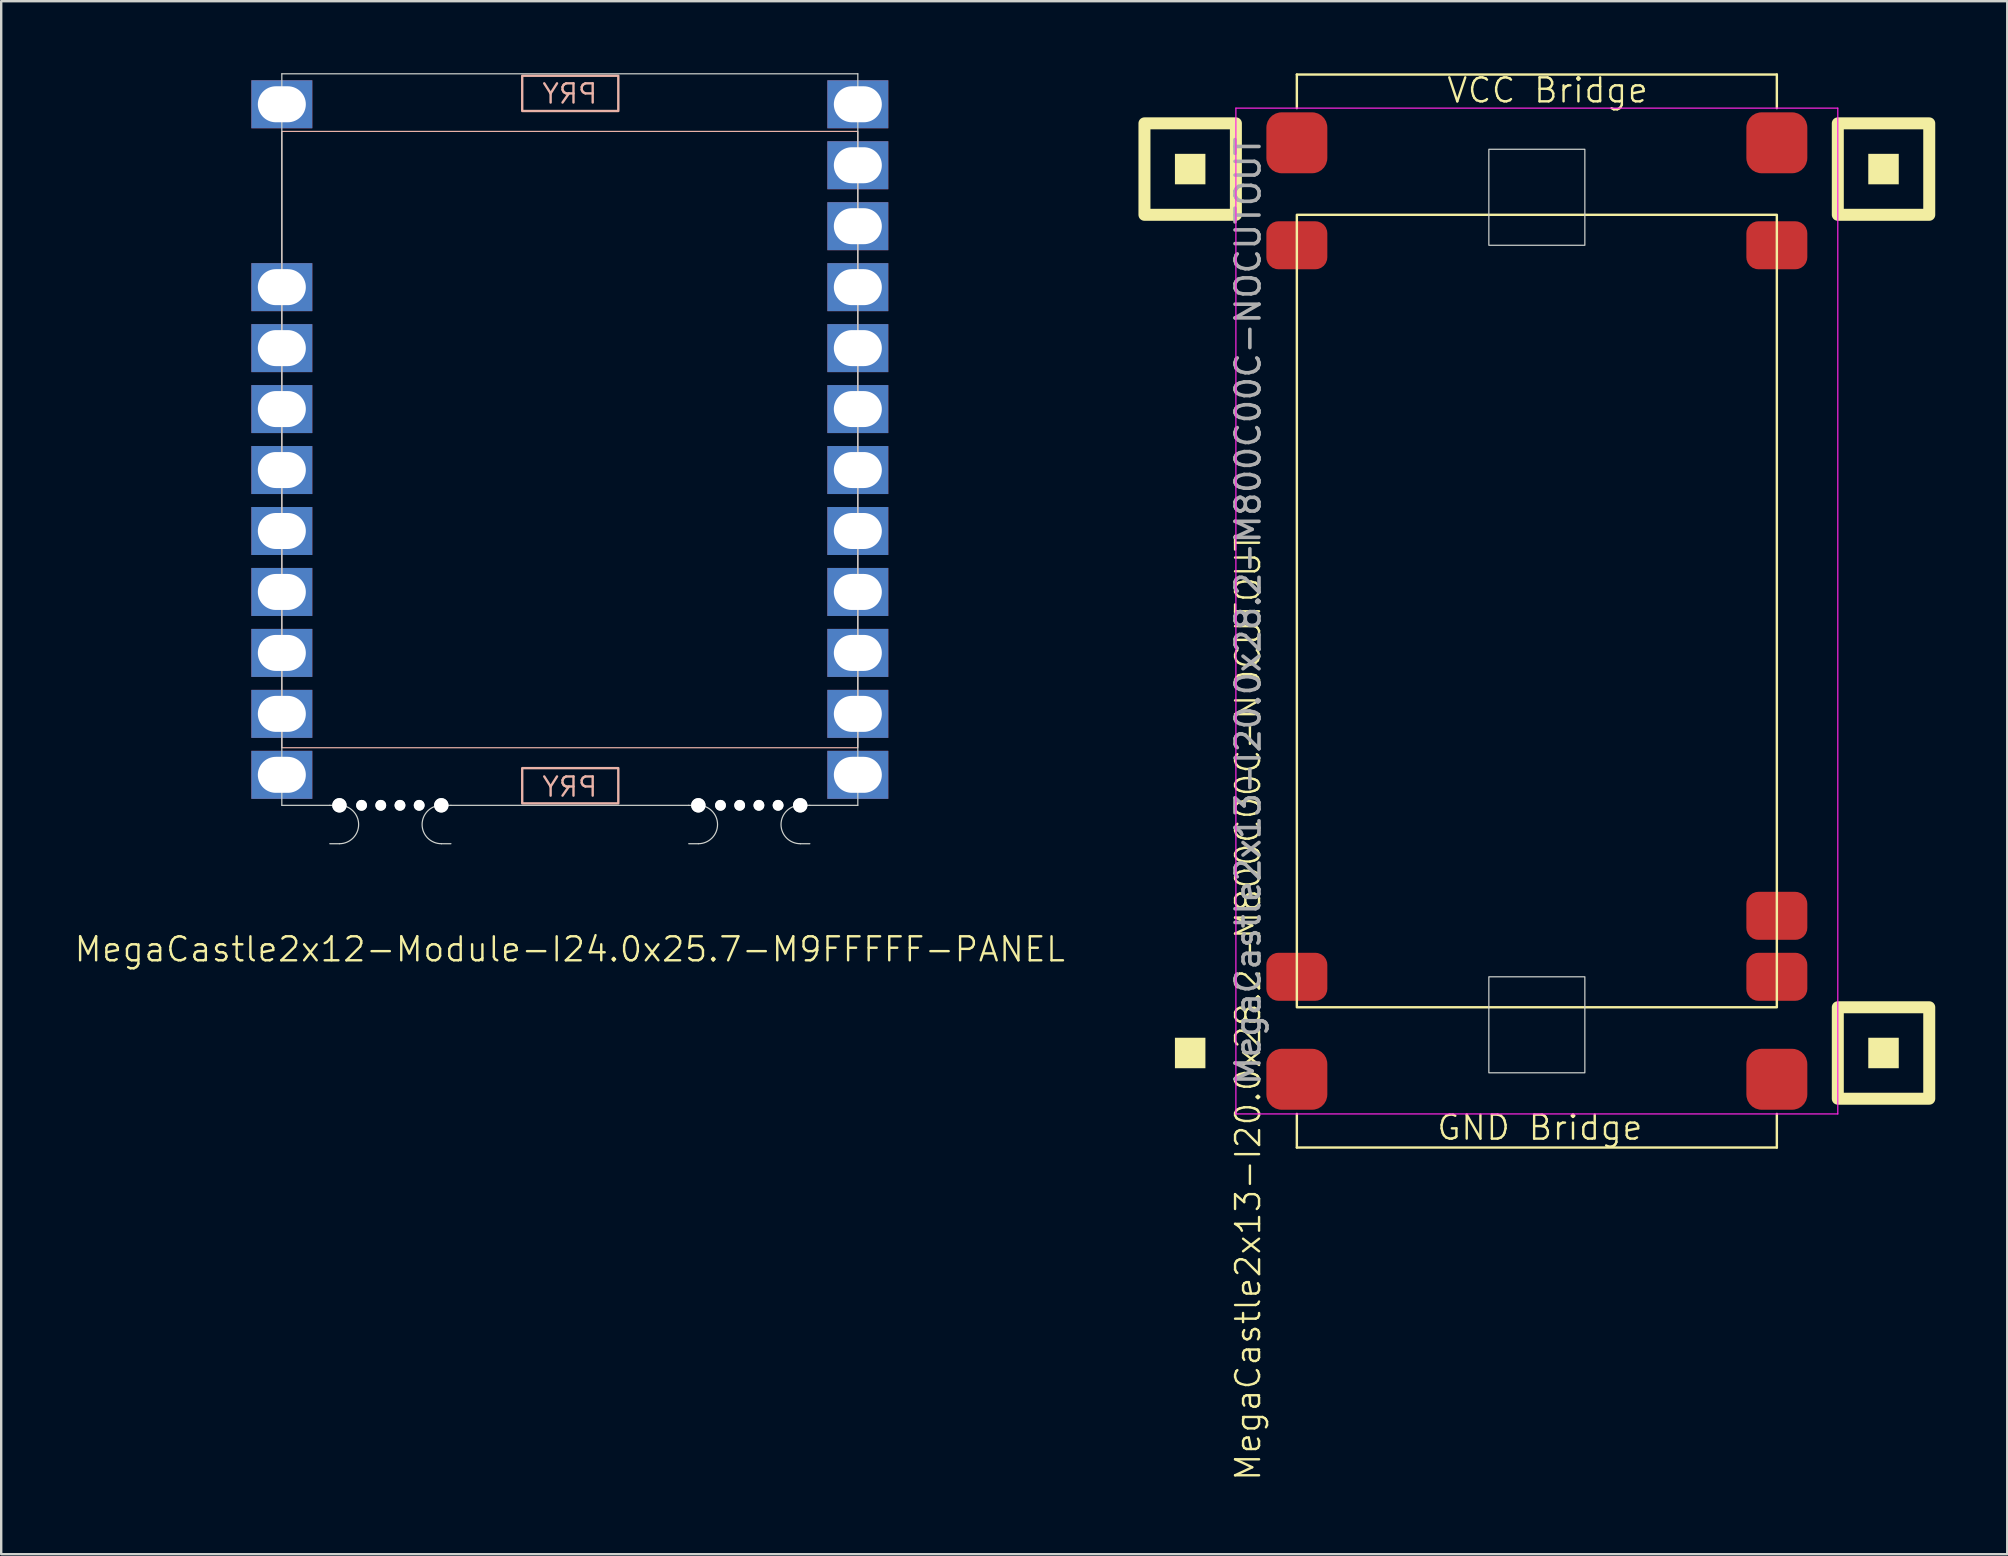
<source format=kicad_pcb>
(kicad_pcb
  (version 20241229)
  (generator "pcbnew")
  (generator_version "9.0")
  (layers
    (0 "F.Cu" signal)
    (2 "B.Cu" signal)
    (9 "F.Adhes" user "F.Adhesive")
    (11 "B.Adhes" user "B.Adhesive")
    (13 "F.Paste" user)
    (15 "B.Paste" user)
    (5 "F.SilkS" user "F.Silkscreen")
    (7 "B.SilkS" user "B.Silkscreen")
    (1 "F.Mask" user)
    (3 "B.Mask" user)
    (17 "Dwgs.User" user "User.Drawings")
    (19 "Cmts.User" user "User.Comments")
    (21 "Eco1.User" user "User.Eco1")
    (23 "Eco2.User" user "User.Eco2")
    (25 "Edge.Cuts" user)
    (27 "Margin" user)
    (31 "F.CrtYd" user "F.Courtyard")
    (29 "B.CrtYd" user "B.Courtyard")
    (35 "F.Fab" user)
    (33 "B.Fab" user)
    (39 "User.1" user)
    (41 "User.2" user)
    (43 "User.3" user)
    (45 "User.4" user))
  (footprint "MegaCastle2x13-I20.0x28.2-M800C00C-NOCUTOUT"
    (layer "F.Cu")
    (at 60.986 22.41)
    (property "Reference" "MegaCastle2x13-I20.0x28.2-M800C00C-NOCUTOUT" (at -12.032 16.51 90) (unlocked yes) (layer "F.SilkS") (effects (font (size 1 1) (thickness 0.1))))
    (attr smd)
    (fp_line (start -10 -22.355) (end 10 -22.355) (stroke (width 0.1) (type default)) (layer "F.SilkS"))
    (fp_line (start -10 -20.955) (end -10 -22.355) (stroke (width 0.1) (type default)) (layer "F.SilkS"))
    (fp_line (start -10 20.955) (end -10 22.355) (stroke (width 0.1) (type default)) (layer "F.SilkS"))
    (fp_line (start -10 22.355) (end 10 22.355) (stroke (width 0.1) (type default)) (layer "F.SilkS"))
    (fp_line (start 10 -20.955) (end 10 -22.355) (stroke (width 0.1) (type default)) (layer "F.SilkS"))
    (fp_line (start 10 20.955) (end 10 22.355) (stroke (width 0.1) (type default)) (layer "F.SilkS"))
    (fp_rect (start -13.81 -17.78) (end -15.08 -19.05) (stroke (width 0) (type solid)) (fill yes) (layer "F.SilkS"))
    (fp_rect (start -13.81 19.05) (end -15.08 17.78) (stroke (width 0) (type solid)) (fill yes) (layer "F.SilkS"))
    (fp_rect (start -12.54 -16.51) (end -16.35 -20.32) (stroke (width 0.5) (type default)) (fill no) (layer "F.SilkS"))
    (fp_rect (start -10 -16.51) (end 10 16.51) (stroke (width 0.1) (type default)) (fill no) (layer "F.SilkS"))
    (fp_rect (start 15.08 -17.78) (end 13.81 -19.05) (stroke (width 0) (type solid)) (fill yes) (layer "F.SilkS"))
    (fp_rect (start 15.08 19.05) (end 13.81 17.78) (stroke (width 0) (type solid)) (fill yes) (layer "F.SilkS"))
    (fp_rect (start 16.35 -16.51) (end 12.54 -20.32) (stroke (width 0.5) (type default)) (fill no) (layer "F.SilkS"))
    (fp_rect (start 16.35 20.32) (end 12.54 16.51) (stroke (width 0.5) (type default)) (fill no) (layer "F.SilkS"))
    (fp_rect (start -2 -15.24) (end 2 -19.24) (stroke (width 0.05) (type default)) (fill no) (layer "Edge.Cuts"))
    (fp_rect (start -2 15.24) (end 2 19.24) (stroke (width 0.05) (type default)) (fill no) (layer "Edge.Cuts"))
    (fp_line (start -12.54 -20.955) (end -12.54 20.955) (stroke (width 0.05) (type default)) (layer "F.CrtYd"))
    (fp_line (start -12.54 20.955) (end 12.54 20.955) (stroke (width 0.05) (type default)) (layer "F.CrtYd"))
    (fp_line (start 12.54 -20.955) (end -12.54 -20.955) (stroke (width 0.05) (type default)) (layer "F.CrtYd"))
    (fp_line (start 12.54 -20.955) (end 12.54 20.955) (stroke (width 0.05) (type default)) (layer "F.CrtYd"))
    (fp_text user "VCC Bridge" (at -3.81 -21.11 0) (unlocked yes) (layer "F.SilkS") (effects (font (size 1 1) (thickness 0.1)) (justify left bottom)))
    (fp_text user "GND Bridge" (at -4.226 22.11 0) (unlocked yes) (layer "F.SilkS") (effects (font (size 1 1) (thickness 0.1)) (justify left bottom)))
    (fp_text user "${REFERENCE}" (at -12.032 0 90) (unlocked yes) (layer "F.Fab") (effects (font (size 1 1) (thickness 0.15))))
    (pad "1" smd roundrect (at -10 -15.24) (size 2.54 2) (layers "F.Cu" "F.Mask" "F.Paste") (roundrect_rratio 0.25))
    (pad "13" smd roundrect (at -10 15.24) (size 2.54 2) (layers "F.Cu" "F.Mask" "F.Paste") (roundrect_rratio 0.25))
    (pad "14" smd roundrect (at 10 -15.24) (size 2.54 2) (layers "F.Cu" "F.Mask" "F.Paste") (roundrect_rratio 0.25))
    (pad "25" smd roundrect (at 10 12.7) (size 2.54 2) (layers "F.Cu" "F.Mask" "F.Paste") (roundrect_rratio 0.25))
    (pad "26" smd roundrect (at 10 15.24) (size 2.54 2) (layers "F.Cu" "F.Mask" "F.Paste") (roundrect_rratio 0.25))
    (pad "A1" smd roundrect (at -10 -19.51) (size 2.54 2.54) (layers "F.Cu" "F.Mask" "F.Paste") (roundrect_rratio 0.25))
    (pad "A2" smd roundrect (at 10 -19.51) (size 2.54 2.54) (layers "F.Cu" "F.Mask" "F.Paste") (roundrect_rratio 0.25))
    (pad "B1" smd roundrect (at -10 19.51) (size 2.54 2.54) (layers "F.Cu" "F.Mask" "F.Paste") (roundrect_rratio 0.25))
    (pad "B2" smd roundrect (at 10 19.51) (size 2.54 2.54) (layers "F.Cu" "F.Mask" "F.Paste") (roundrect_rratio 0.25)))
  (footprint "MegaCastle2x12-Module-I24.0x25.7-M9FFFFF-PANEL"
    (layer "F.Cu")
    (at 20.693 15.265)
    (property "Reference" "MegaCastle2x12-Module-I24.0x25.7-M9FFFFF-PANEL" (at 0 21.24 0) (unlocked yes) (layer "F.SilkS") (effects (font (size 1 1) (thickness 0.1))))
    (attr smd)
    (fp_rect (start -12 12.84) (end 12 -12.84) (stroke (width 0.05) (type default)) (fill no) (layer "B.SilkS"))
    (fp_rect (start -1.984 -13.691) (end 2.02 -15.16) (stroke (width 0.1) (type default)) (fill no) (layer "B.SilkS"))
    (fp_rect (start -1.984 13.691) (end 2.02 15.16) (stroke (width 0.1) (type default)) (fill no) (layer "B.SilkS"))
    (fp_line (start -12 -15.24) (end -12 15.24) (stroke (width 0.05) (type default)) (layer "Edge.Cuts"))
    (fp_line (start -12 -15.24) (end 12 -15.24) (stroke (width 0.05) (type default)) (layer "Edge.Cuts"))
    (fp_line (start -12 15.24) (end -10 15.24) (stroke (width 0.05) (type default)) (layer "Edge.Cuts"))
    (fp_line (start -10 15.24) (end -9.6 15.24) (stroke (width 0.05) (type default)) (layer "Edge.Cuts"))
    (fp_line (start -10 16.84) (end -9.6 16.84) (stroke (width 0.05) (type default)) (layer "Edge.Cuts"))
    (fp_line (start -4.955 15.24) (end -5.355 15.24) (stroke (width 0.05) (type default)) (layer "Edge.Cuts"))
    (fp_line (start -4.955 15.24) (end 4.955 15.24) (stroke (width 0.05) (type default)) (layer "Edge.Cuts"))
    (fp_line (start -4.955 16.84) (end -5.355 16.84) (stroke (width 0.05) (type default)) (layer "Edge.Cuts"))
    (fp_line (start 4.955 15.24) (end 5.355 15.24) (stroke (width 0.05) (type default)) (layer "Edge.Cuts"))
    (fp_line (start 4.955 16.84) (end 5.355 16.84) (stroke (width 0.05) (type default)) (layer "Edge.Cuts"))
    (fp_line (start 10 15.24) (end 9.6 15.24) (stroke (width 0.05) (type default)) (layer "Edge.Cuts"))
    (fp_line (start 10 15.24) (end 12 15.24) (stroke (width 0.05) (type default)) (layer "Edge.Cuts"))
    (fp_line (start 10 16.84) (end 9.6 16.84) (stroke (width 0.05) (type default)) (layer "Edge.Cuts"))
    (fp_line (start 12 -15.24) (end 12 15.24) (stroke (width 0.05) (type default)) (layer "Edge.Cuts"))
    (fp_arc (start -9.6 15.24) (mid -8.8 16.040001) (end -9.6 16.84) (stroke (width 0.05) (type default)) (layer "Edge.Cuts"))
    (fp_arc (start -5.355 16.84) (mid -6.155 16.04) (end -5.355 15.24) (stroke (width 0.05) (type default)) (layer "Edge.Cuts"))
    (fp_arc (start 5.355 15.24) (mid 6.155 16.040001) (end 5.355 16.84) (stroke (width 0.05) (type default)) (layer "Edge.Cuts"))
    (fp_arc (start 9.6 16.84) (mid 8.8 16.04) (end 9.6 15.24) (stroke (width 0.05) (type default)) (layer "Edge.Cuts"))
    (fp_text user "PRY" (at 0 14.94 0) (unlocked yes) (layer "B.SilkS") (effects (font (size 0.8 0.8) (thickness 0.1)) (justify bottom mirror)))
    (fp_text user "PRY" (at 0 -13.94 0) (unlocked yes) (layer "B.SilkS") (effects (font (size 0.8 0.8) (thickness 0.1)) (justify bottom mirror)))
    (pad "" np_thru_hole circle (at -9.6 15.24) (size 0.6 0.6) (drill 0.6) (layers "*.Cu" "Edge.Cuts"))
    (pad "" np_thru_hole circle (at -8.678 15.24) (size 0.45 0.45) (drill 0.45) (layers "*.Cu" "Edge.Cuts"))
    (pad "" np_thru_hole circle (at -7.878 15.24) (size 0.45 0.45) (drill 0.45) (layers "*.Cu" "Edge.Cuts"))
    (pad "" np_thru_hole circle (at -7.077 15.24) (size 0.45 0.45) (drill 0.45) (layers "*.Cu" "Edge.Cuts"))
    (pad "" np_thru_hole circle (at -6.277 15.24) (size 0.45 0.45) (drill 0.45) (layers "*.Cu" "Edge.Cuts"))
    (pad "" np_thru_hole circle (at -5.355 15.24) (size 0.6 0.6) (drill 0.6) (layers "*.Cu" "Edge.Cuts"))
    (pad "" np_thru_hole circle (at 5.355 15.24) (size 0.6 0.6) (drill 0.6) (layers "*.Cu" "Edge.Cuts"))
    (pad "" np_thru_hole circle (at 6.277 15.24) (size 0.45 0.45) (drill 0.45) (layers "*.Cu" "Edge.Cuts"))
    (pad "" np_thru_hole circle (at 7.077 15.24) (size 0.45 0.45) (drill 0.45) (layers "*.Cu" "Edge.Cuts"))
    (pad "" np_thru_hole circle (at 7.878 15.24) (size 0.45 0.45) (drill 0.45) (layers "*.Cu" "Edge.Cuts"))
    (pad "" np_thru_hole circle (at 8.678 15.24) (size 0.45 0.45) (drill 0.45) (layers "*.Cu" "Edge.Cuts"))
    (pad "" np_thru_hole circle (at 9.6 15.24) (size 0.6 0.6) (drill 0.6) (layers "*.Cu" "Edge.Cuts"))
    (pad "1" thru_hole rect (at -12 -13.97) (size 2.54 2) (drill oval 2 1.5) (property pad_prop_castellated) (layers "*.Cu" "*.Mask"))
    (pad "4" thru_hole rect (at -12 -6.35) (size 2.54 2) (drill oval 2 1.5) (property pad_prop_castellated) (layers "*.Cu" "*.Mask"))
    (pad "5" thru_hole rect (at -12 -3.81) (size 2.54 2) (drill oval 2 1.5) (property pad_prop_castellated) (layers "*.Cu" "*.Mask"))
    (pad "6" thru_hole rect (at -12 -1.27) (size 2.54 2) (drill oval 2 1.5) (property pad_prop_castellated) (layers "*.Cu" "*.Mask"))
    (pad "7" thru_hole rect (at -12 1.27) (size 2.54 2) (drill oval 2 1.5) (property pad_prop_castellated) (layers "*.Cu" "*.Mask"))
    (pad "8" thru_hole rect (at -12 3.81) (size 2.54 2) (drill oval 2 1.5) (property pad_prop_castellated) (layers "*.Cu" "*.Mask"))
    (pad "9" thru_hole rect (at -12 6.35) (size 2.54 2) (drill oval 2 1.5) (property pad_prop_castellated) (layers "*.Cu" "*.Mask"))
    (pad "10" thru_hole rect (at -12 8.89) (size 2.54 2) (drill oval 2 1.5) (property pad_prop_castellated) (layers "*.Cu" "*.Mask"))
    (pad "11" thru_hole rect (at -12 11.43) (size 2.54 2) (drill oval 2 1.5) (property pad_prop_castellated) (layers "*.Cu" "*.Mask"))
    (pad "12" thru_hole rect (at -12 13.97) (size 2.54 2) (drill oval 2 1.5) (property pad_prop_castellated) (layers "*.Cu" "*.Mask"))
    (pad "13" thru_hole rect (at 12 -13.97) (size 2.54 2) (drill oval 2 1.5) (property pad_prop_castellated) (layers "*.Cu" "*.Mask"))
    (pad "14" thru_hole rect (at 12 -11.43) (size 2.54 2) (drill oval 2 1.5) (property pad_prop_castellated) (layers "*.Cu" "*.Mask"))
    (pad "15" thru_hole rect (at 12 -8.89) (size 2.54 2) (drill oval 2 1.5) (property pad_prop_castellated) (layers "*.Cu" "*.Mask"))
    (pad "16" thru_hole rect (at 12 -6.35) (size 2.54 2) (drill oval 2 1.5) (property pad_prop_castellated) (layers "*.Cu" "*.Mask"))
    (pad "17" thru_hole rect (at 12 -3.81) (size 2.54 2) (drill oval 2 1.5) (property pad_prop_castellated) (layers "*.Cu" "*.Mask"))
    (pad "18" thru_hole rect (at 12 -1.27) (size 2.54 2) (drill oval 2 1.5) (property pad_prop_castellated) (layers "*.Cu" "*.Mask"))
    (pad "19" thru_hole rect (at 12 1.27) (size 2.54 2) (drill oval 2 1.5) (property pad_prop_castellated) (layers "*.Cu" "*.Mask"))
    (pad "20" thru_hole rect (at 12 3.81) (size 2.54 2) (drill oval 2 1.5) (property pad_prop_castellated) (layers "*.Cu" "*.Mask"))
    (pad "21" thru_hole rect (at 12 6.35) (size 2.54 2) (drill oval 2 1.5) (property pad_prop_castellated) (layers "*.Cu" "*.Mask"))
    (pad "22" thru_hole rect (at 12 8.89) (size 2.54 2) (drill oval 2 1.5) (property pad_prop_castellated) (layers "*.Cu" "*.Mask"))
    (pad "23" thru_hole rect (at 12 11.43) (size 2.54 2) (drill oval 2 1.5) (property pad_prop_castellated) (layers "*.Cu" "*.Mask"))
    (pad "24" thru_hole rect (at 12 13.97) (size 2.54 2) (drill oval 2 1.5) (property pad_prop_castellated) (layers "*.Cu" "*.Mask"))
    (zone (net_name "") (layer "B.Cu") (hatch edge 0.5) (connect_pads) (min_thickness 0.25) (filled_areas_thickness no) (keepout (tracks allowed) (vias allowed) (pads allowed) (copperpour allowed) (footprints not_allowed)) (placement (enabled no)) (fill) (polygon (pts (xy 8.693 30.505) (xy 8.693 0.025))))
    (zone (net_name "") (layer "B.Cu") (hatch edge 0.5) (connect_pads) (min_thickness 0.25) (filled_areas_thickness no) (keepout (tracks allowed) (vias allowed) (pads allowed) (copperpour allowed) (footprints not_allowed)) (placement (enabled no)) (fill) (polygon (pts (xy 32.693 30.505) (xy 32.693 0.025))))
    (zone (net_name "") (layer "B.Cu") (hatch edge 0.5) (connect_pads) (min_thickness 0.25) (filled_areas_thickness no) (keepout (tracks allowed) (vias allowed) (pads allowed) (copperpour allowed) (footprints not_allowed)) (placement (enabled no)) (fill) (polygon (pts (xy 8.693 0.025) (xy 8.693 2.425) (xy 32.693 2.425) (xy 32.693 0.025))))
    (zone (net_name "") (layer "B.Cu") (hatch edge 0.5) (connect_pads) (min_thickness 0.25) (filled_areas_thickness no) (keepout (tracks allowed) (vias allowed) (pads allowed) (copperpour allowed) (footprints not_allowed)) (placement (enabled no)) (fill) (polygon (pts (xy 8.693 30.505) (xy 8.693 28.105) (xy 32.693 28.105) (xy 32.693 30.505))))
    (zone (net_name "") (layer "B.Cu") (name "Upper Pry Zone") (hatch edge 0.5) (connect_pads) (min_thickness 0.25) (filled_areas_thickness no) (keepout (tracks not_allowed) (vias not_allowed) (pads not_allowed) (copperpour allowed) (footprints not_allowed)) (placement (enabled no)) (fill) (polygon (pts (xy 18.709 1.574) (xy 18.709 0.105) (xy 22.712 0.105) (xy 22.712 1.574))))
    (zone (net_name "") (layer "B.Cu") (name "Upper Pry Zone") (hatch edge 0.5) (connect_pads) (min_thickness 0.25) (filled_areas_thickness no) (keepout (tracks not_allowed) (vias not_allowed) (pads not_allowed) (copperpour allowed) (footprints not_allowed)) (placement (enabled no)) (fill) (polygon (pts (xy 18.709 28.956) (xy 18.709 30.425) (xy 22.712 30.425) (xy 22.712 28.956)))))
  (gr_rect
    (start -3 -3)
    (end 80.586 61.708)
    (stroke (width 0.1) (type default))
    (fill no)
    (layer "Edge.Cuts")))
</source>
